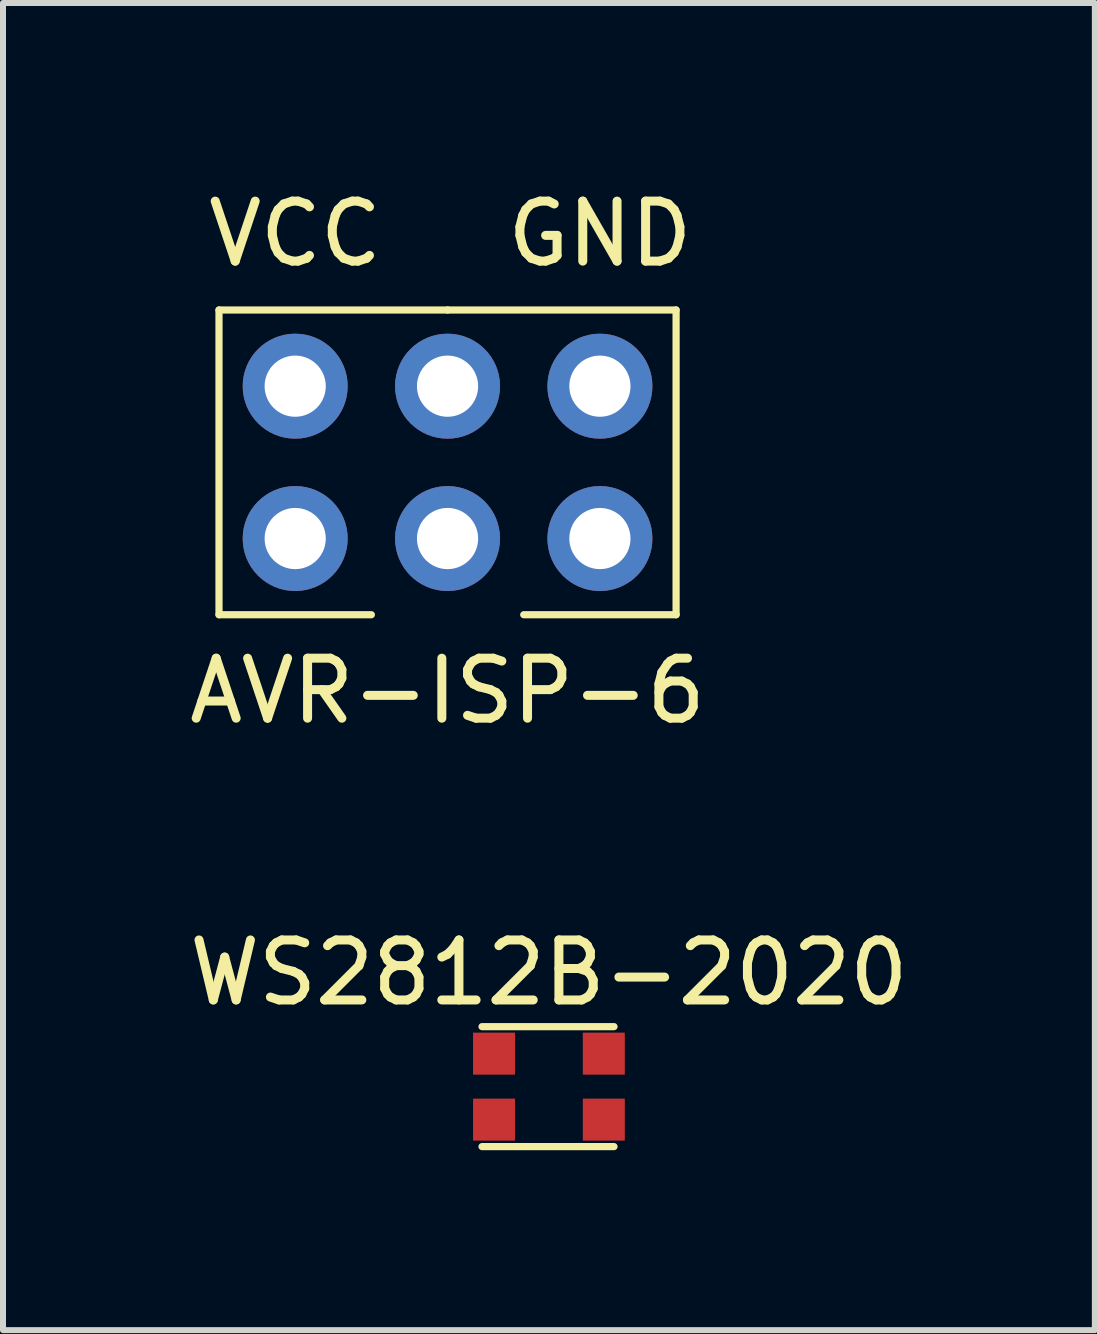
<source format=kicad_pcb>
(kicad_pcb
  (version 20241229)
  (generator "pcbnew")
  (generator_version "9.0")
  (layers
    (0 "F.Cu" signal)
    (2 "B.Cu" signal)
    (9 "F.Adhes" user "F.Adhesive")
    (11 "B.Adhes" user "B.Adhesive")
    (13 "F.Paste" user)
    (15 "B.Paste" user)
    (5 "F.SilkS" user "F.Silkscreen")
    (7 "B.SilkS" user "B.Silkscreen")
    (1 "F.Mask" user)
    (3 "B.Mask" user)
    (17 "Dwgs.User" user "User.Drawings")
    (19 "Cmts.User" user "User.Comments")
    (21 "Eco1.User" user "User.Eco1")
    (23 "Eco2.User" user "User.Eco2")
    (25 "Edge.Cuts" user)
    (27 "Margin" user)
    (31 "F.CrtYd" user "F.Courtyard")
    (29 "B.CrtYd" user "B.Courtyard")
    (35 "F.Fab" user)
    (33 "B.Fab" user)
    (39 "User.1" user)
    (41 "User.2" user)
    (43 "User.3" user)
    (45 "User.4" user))
  (footprint "WS2812B-2020"
    (layer "F.Cu")
    (at 6.101 15.065)
    (property "Reference" "WS2812B-2020" (at 0 -1.9 0) (layer "F.SilkS") (effects (font (size 1 1) (thickness 0.15))))
    (attr through_hole)
    (fp_line (start -1.115 1) (end 1.085 1) (stroke (width 0.12) (type solid)) (layer "F.SilkS"))
    (fp_line (start 1.085 -1) (end -1.115 -1) (stroke (width 0.12) (type solid)) (layer "F.SilkS"))
    (pad "1" smd rect (at 0.915 0.55) (size 0.7 0.7) (layers "F.Cu" "F.Mask" "F.Paste"))
    (pad "2" smd rect (at 0.915 -0.55) (size 0.7 0.7) (layers "F.Cu" "F.Mask" "F.Paste"))
    (pad "3" smd rect (at -0.915 -0.55) (size 0.7 0.7) (layers "F.Cu" "F.Mask" "F.Paste"))
    (pad "4" smd rect (at -0.915 0.55) (size 0.7 0.7) (layers "F.Cu" "F.Mask" "F.Paste")))
  (footprint "AVR-ISP-6"
    (layer "F.Cu")
    (at 4.411 4.658)
    (property "Reference" "AVR-ISP-6" (at 0 3.81 0) (layer "F.SilkS") (effects (font (size 1 1) (thickness 0.15))))
    (attr through_hole)
    (fp_line (start -3.81 -2.54) (end -3.81 2.54) (stroke (width 0.12) (type solid)) (layer "F.SilkS"))
    (fp_line (start -3.81 2.54) (end -1.27 2.54) (stroke (width 0.12) (type solid)) (layer "F.SilkS"))
    (fp_line (start 0 -2.54) (end -3.81 -2.54) (stroke (width 0.12) (type solid)) (layer "F.SilkS"))
    (fp_line (start 0 -2.54) (end 3.81 -2.54) (stroke (width 0.12) (type solid)) (layer "F.SilkS"))
    (fp_line (start 3.81 -2.54) (end 3.81 2.54) (stroke (width 0.12) (type solid)) (layer "F.SilkS"))
    (fp_line (start 3.81 2.54) (end 1.27 2.54) (stroke (width 0.12) (type solid)) (layer "F.SilkS"))
    (fp_text user "VCC" (at -2.54 -3.81 180) (layer "F.SilkS") (effects (font (size 1 1) (thickness 0.15))))
    (fp_text user "GND" (at 2.54 -3.81 180) (layer "F.SilkS") (effects (font (size 1 1) (thickness 0.15))))
    (pad "1" thru_hole circle (at -2.54 1.27) (size 1.75 1.75) (drill 1.02) (layers "*.Cu" "*.Mask"))
    (pad "2" thru_hole circle (at -2.54 -1.27) (size 1.75 1.75) (drill 1.02) (layers "*.Cu" "*.Mask"))
    (pad "3" thru_hole circle (at 0 1.27) (size 1.75 1.75) (drill 1.02) (layers "*.Cu" "*.Mask"))
    (pad "4" thru_hole circle (at 0 -1.27) (size 1.75 1.75) (drill 1.02) (layers "*.Cu" "*.Mask"))
    (pad "5" thru_hole circle (at 2.54 1.27) (size 1.75 1.75) (drill 1.02) (layers "*.Cu" "*.Mask"))
    (pad "6" thru_hole circle (at 2.54 -1.27) (size 1.75 1.75) (drill 1.02) (layers "*.Cu" "*.Mask")))
  (gr_rect
    (start -3 -3)
    (end 15.202 19.125)
    (stroke (width 0.1) (type default))
    (fill no)
    (layer "Edge.Cuts")))
</source>
